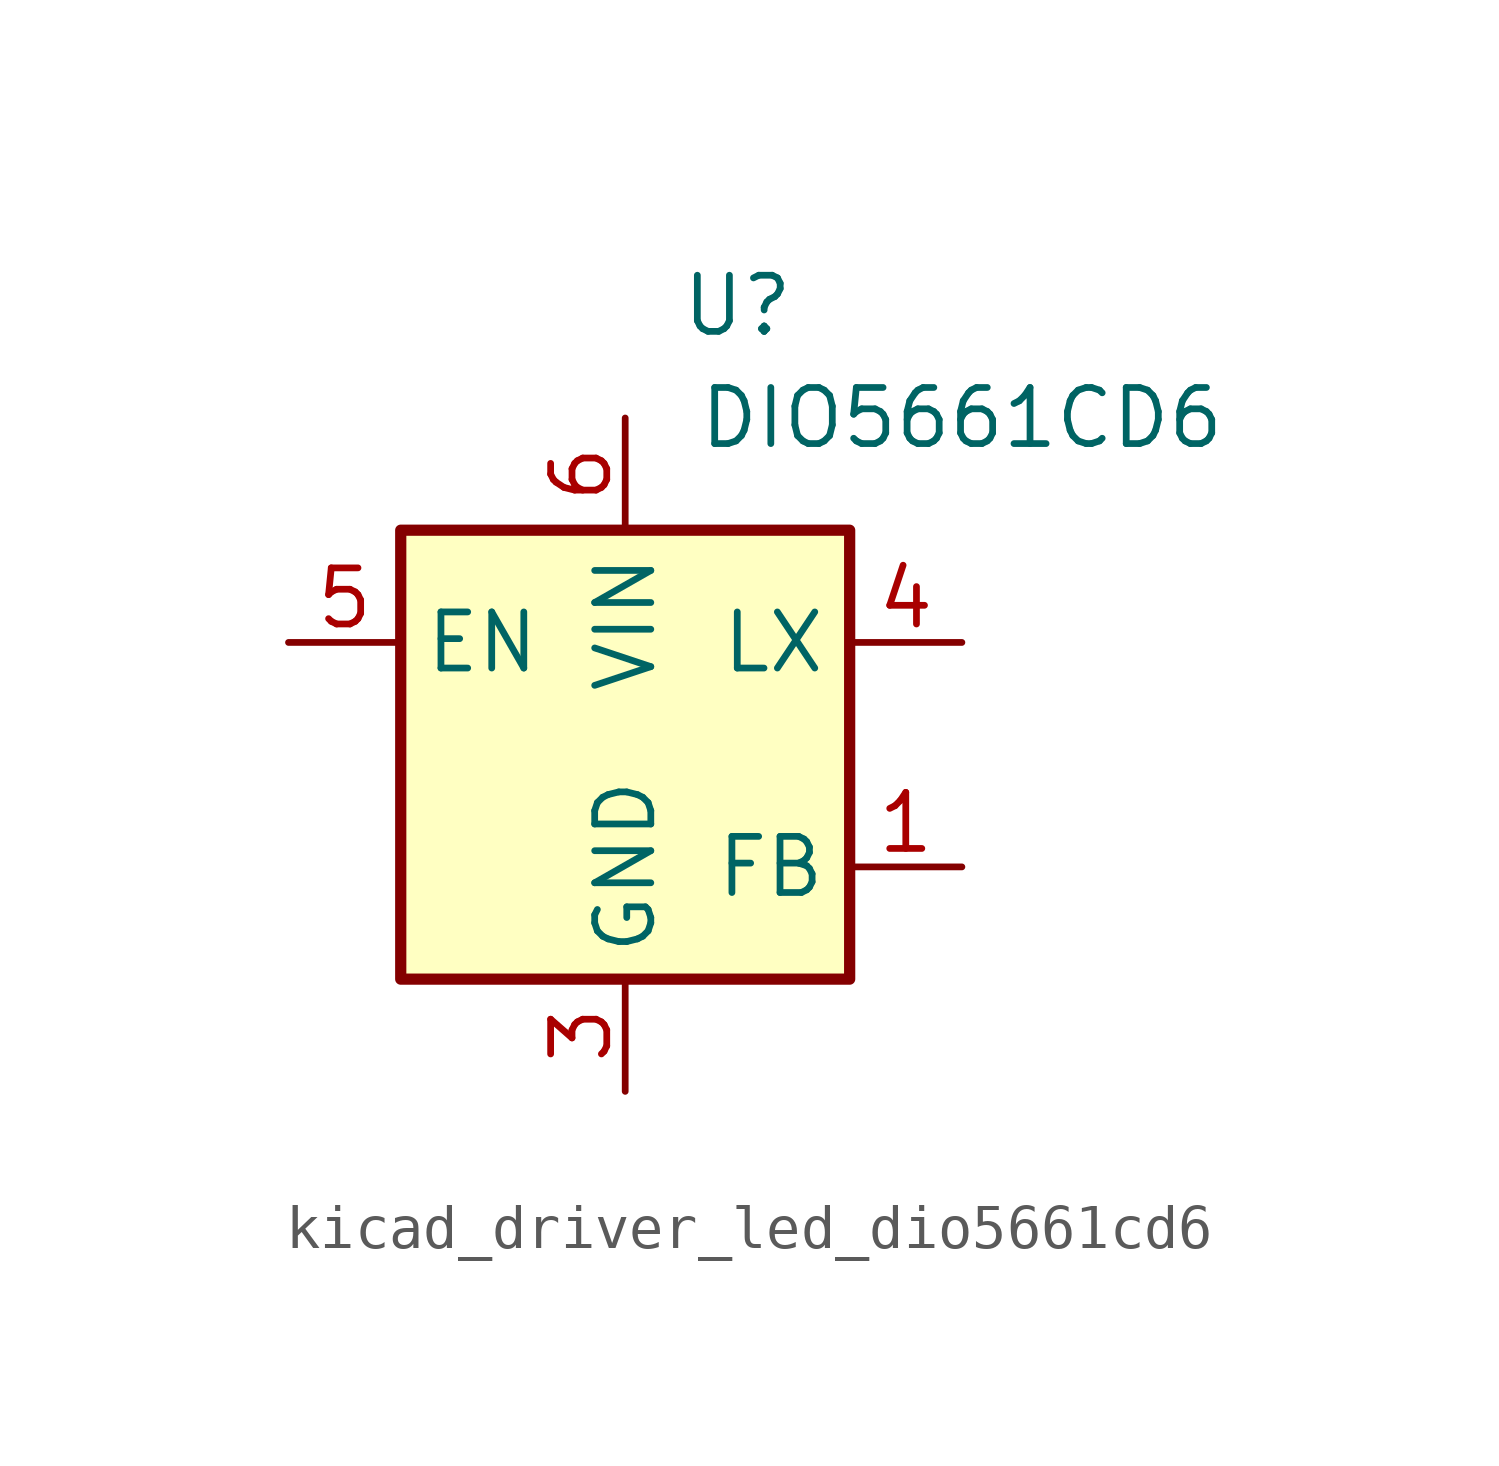
<source format=kicad_sym>
(kicad_symbol_lib
  (version 20220914)
  (generator kicad_symbol_editor)
  (symbol "kicad_driver_led_dio5661cd6"
    (property "Reference" "U"
      (at 2.54 10.16 0)
      (effects (font (size 1.27 1.27))))
    (property "Value" "DIO5661CD6"
      (at 7.62 7.62 0)
      (effects (font (size 1.27 1.27))))
    (symbol "kicad_driver_led_dio5661cd6_0_1"
      (rectangle (start 5.08 -5.08) (end -5.08 5.08) (stroke (width 0.254) (type default)) (fill (type background))))
    (symbol "kicad_driver_led_dio5661cd6_1_1"
      (pin input line (at 7.62 -2.54 180) (length 2.54) (name "FB" (effects (font (size 1.27 1.27)))) (number "1" (effects (font (size 1.27 1.27)))))
      (pin no_connect line (at -5.08 -2.54 0) (length 2.54) hide (name "~" (effects (font (size 1.27 1.27)))) (number "2" (effects (font (size 1.27 1.27)))))
      (pin power_in line (at 0 -7.62 90) (length 2.54) (name "GND" (effects (font (size 1.27 1.27)))) (number "3" (effects (font (size 1.27 1.27)))))
      (pin open_collector line (at 7.62 2.54 180) (length 2.54) (name "LX" (effects (font (size 1.27 1.27)))) (number "4" (effects (font (size 1.27 1.27)))))
      (pin input line (at -7.62 2.54 0) (length 2.54) (name "EN" (effects (font (size 1.27 1.27)))) (number "5" (effects (font (size 1.27 1.27)))))
      (pin power_in line (at 0 7.62 270) (length 2.54) (name "VIN" (effects (font (size 1.27 1.27)))) (number "6" (effects (font (size 1.27 1.27)))))
      (pin passive line (at 0 -7.62 90) (length 2.54) hide (name "GND" (effects (font (size 1.27 1.27)))) (number "7" (effects (font (size 1.27 1.27))))))))
</source>
